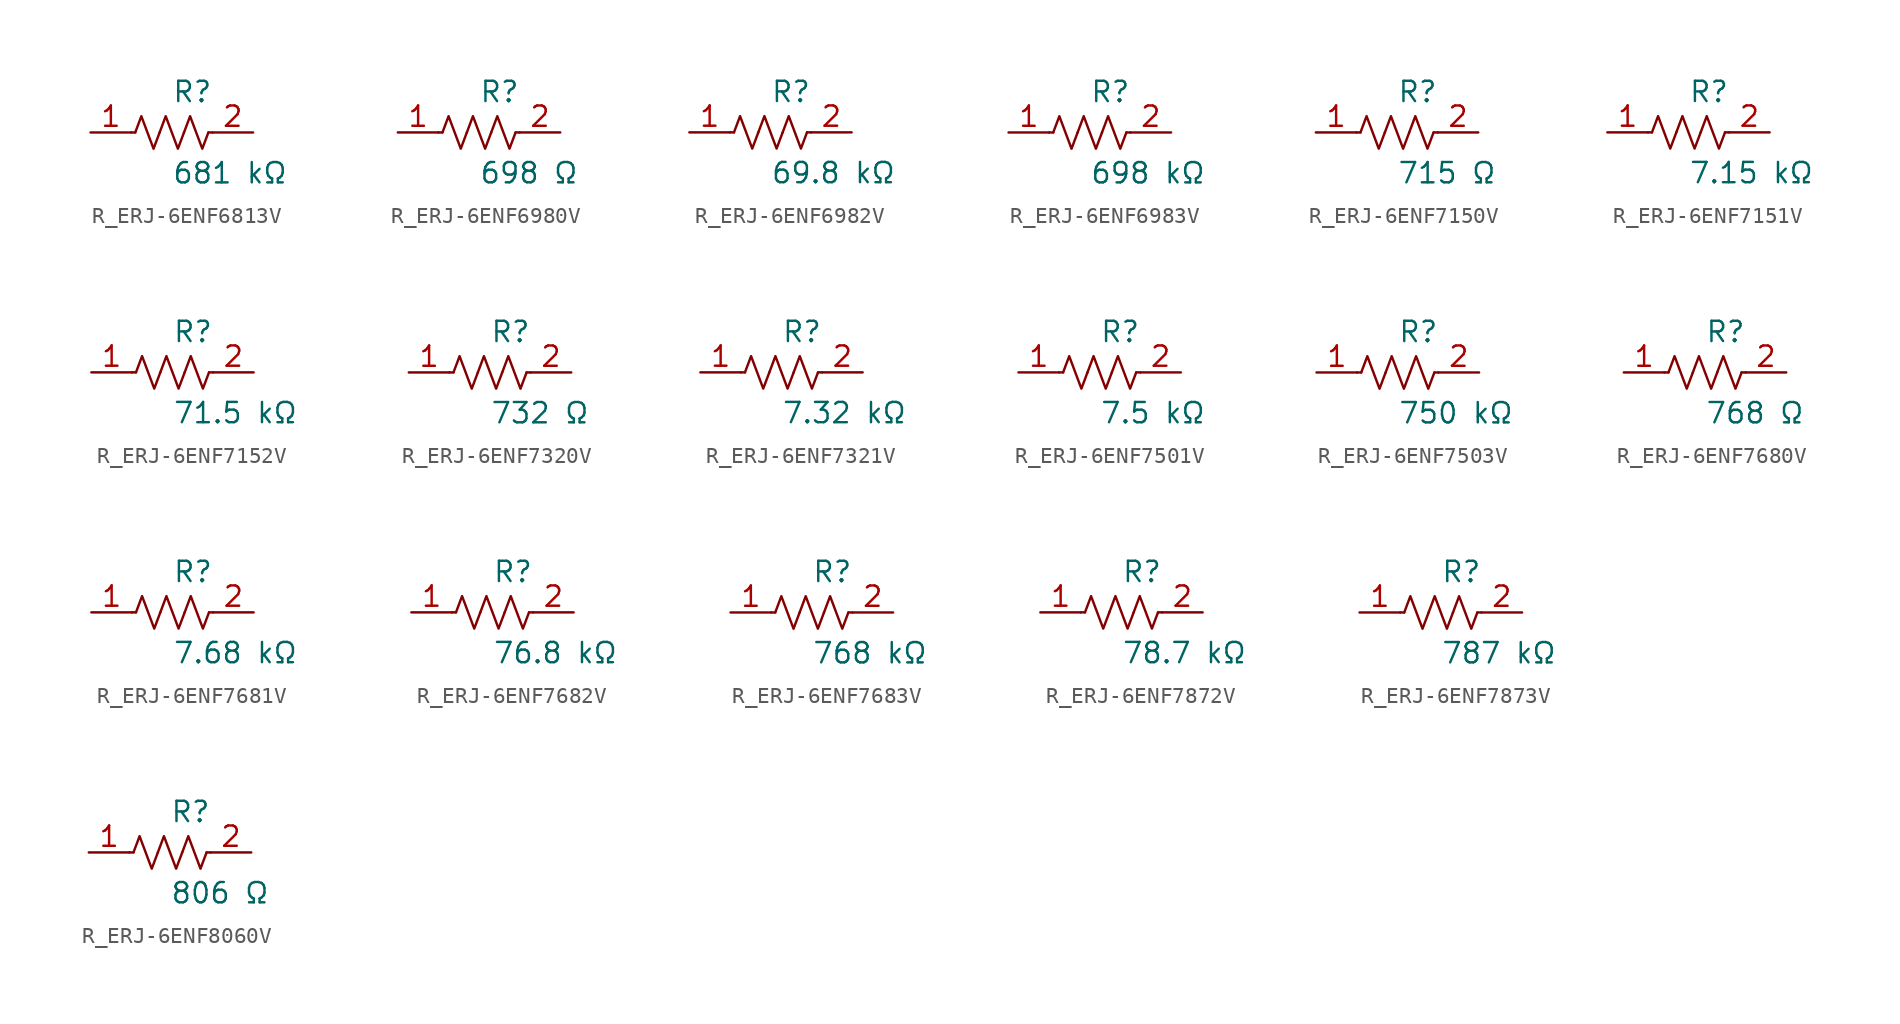
<source format=kicad_sym>
(kicad_symbol_lib
  (version 20231120)
  (generator kicad_symbol_editor)
  (generator_version 8.0)
  (symbol "R_ERJ-6ENF6813V"
    (pin_names
      (offset 0.254))
    (property "Reference" "R"
      (at 0.0 2.54 0)
      (effects (font (size 1.27 1.27)) (justify left)))
    (property "Value" "681 kΩ"
      (at 0.0 -2.54 0)
      (effects (font (size 1.27 1.27)) (justify left)))
    (symbol "R_ERJ-6ENF6813V_0_1"
      (polyline (pts (xy 2.286 0) (xy 2.54 0)) (stroke (width 0) (type default)) (fill (type none)))
      (polyline (pts (xy -2.286 0) (xy -2.54 0)) (stroke (width 0) (type default)) (fill (type none)))
      (polyline (pts (xy 0.762 0) (xy 1.143 1.016) (xy 1.524 0) (xy 1.905 -1.016) (xy 2.286 0)) (stroke (width 0) (type default)) (fill (type none)))
      (polyline (pts (xy -0.762 0) (xy -0.381 1.016) (xy 0 0) (xy 0.381 -1.016) (xy 0.762 0)) (stroke (width 0) (type default)) (fill (type none)))
      (polyline (pts (xy -2.286 0) (xy -1.905 1.016) (xy -1.524 0) (xy -1.143 -1.016) (xy -0.762 0)) (stroke (width 0) (type default)) (fill (type none))))
    (pin unspecified line
      (at -5.08 0 0)
      (length 2.54)
      (name "" (effects (font (size 1.27 1.27))))
      (number "1" (effects (font (size 1.27 1.27)))))
    (pin unspecified line
      (at 5.08 0 180)
      (length 2.54)
      (name "" (effects (font (size 1.27 1.27))))
      (number "2" (effects (font (size 1.27 1.27))))))
  (symbol "R_ERJ-6ENF6980V"
    (pin_names
      (offset 0.254))
    (property "Reference" "R"
      (at 0.0 2.54 0)
      (effects (font (size 1.27 1.27)) (justify left)))
    (property "Value" "698 Ω"
      (at 0.0 -2.54 0)
      (effects (font (size 1.27 1.27)) (justify left)))
    (symbol "R_ERJ-6ENF6980V_0_1"
      (polyline (pts (xy 2.286 0) (xy 2.54 0)) (stroke (width 0) (type default)) (fill (type none)))
      (polyline (pts (xy -2.286 0) (xy -2.54 0)) (stroke (width 0) (type default)) (fill (type none)))
      (polyline (pts (xy 0.762 0) (xy 1.143 1.016) (xy 1.524 0) (xy 1.905 -1.016) (xy 2.286 0)) (stroke (width 0) (type default)) (fill (type none)))
      (polyline (pts (xy -0.762 0) (xy -0.381 1.016) (xy 0 0) (xy 0.381 -1.016) (xy 0.762 0)) (stroke (width 0) (type default)) (fill (type none)))
      (polyline (pts (xy -2.286 0) (xy -1.905 1.016) (xy -1.524 0) (xy -1.143 -1.016) (xy -0.762 0)) (stroke (width 0) (type default)) (fill (type none))))
    (pin unspecified line
      (at -5.08 0 0)
      (length 2.54)
      (name "" (effects (font (size 1.27 1.27))))
      (number "1" (effects (font (size 1.27 1.27)))))
    (pin unspecified line
      (at 5.08 0 180)
      (length 2.54)
      (name "" (effects (font (size 1.27 1.27))))
      (number "2" (effects (font (size 1.27 1.27))))))
  (symbol "R_ERJ-6ENF6982V"
    (pin_names
      (offset 0.254))
    (property "Reference" "R"
      (at 0.0 2.54 0)
      (effects (font (size 1.27 1.27)) (justify left)))
    (property "Value" "69.8 kΩ"
      (at 0.0 -2.54 0)
      (effects (font (size 1.27 1.27)) (justify left)))
    (symbol "R_ERJ-6ENF6982V_0_1"
      (polyline (pts (xy 2.286 0) (xy 2.54 0)) (stroke (width 0) (type default)) (fill (type none)))
      (polyline (pts (xy -2.286 0) (xy -2.54 0)) (stroke (width 0) (type default)) (fill (type none)))
      (polyline (pts (xy 0.762 0) (xy 1.143 1.016) (xy 1.524 0) (xy 1.905 -1.016) (xy 2.286 0)) (stroke (width 0) (type default)) (fill (type none)))
      (polyline (pts (xy -0.762 0) (xy -0.381 1.016) (xy 0 0) (xy 0.381 -1.016) (xy 0.762 0)) (stroke (width 0) (type default)) (fill (type none)))
      (polyline (pts (xy -2.286 0) (xy -1.905 1.016) (xy -1.524 0) (xy -1.143 -1.016) (xy -0.762 0)) (stroke (width 0) (type default)) (fill (type none))))
    (pin unspecified line
      (at -5.08 0 0)
      (length 2.54)
      (name "" (effects (font (size 1.27 1.27))))
      (number "1" (effects (font (size 1.27 1.27)))))
    (pin unspecified line
      (at 5.08 0 180)
      (length 2.54)
      (name "" (effects (font (size 1.27 1.27))))
      (number "2" (effects (font (size 1.27 1.27))))))
  (symbol "R_ERJ-6ENF6983V"
    (pin_names
      (offset 0.254))
    (property "Reference" "R"
      (at 0.0 2.54 0)
      (effects (font (size 1.27 1.27)) (justify left)))
    (property "Value" "698 kΩ"
      (at 0.0 -2.54 0)
      (effects (font (size 1.27 1.27)) (justify left)))
    (symbol "R_ERJ-6ENF6983V_0_1"
      (polyline (pts (xy 2.286 0) (xy 2.54 0)) (stroke (width 0) (type default)) (fill (type none)))
      (polyline (pts (xy -2.286 0) (xy -2.54 0)) (stroke (width 0) (type default)) (fill (type none)))
      (polyline (pts (xy 0.762 0) (xy 1.143 1.016) (xy 1.524 0) (xy 1.905 -1.016) (xy 2.286 0)) (stroke (width 0) (type default)) (fill (type none)))
      (polyline (pts (xy -0.762 0) (xy -0.381 1.016) (xy 0 0) (xy 0.381 -1.016) (xy 0.762 0)) (stroke (width 0) (type default)) (fill (type none)))
      (polyline (pts (xy -2.286 0) (xy -1.905 1.016) (xy -1.524 0) (xy -1.143 -1.016) (xy -0.762 0)) (stroke (width 0) (type default)) (fill (type none))))
    (pin unspecified line
      (at -5.08 0 0)
      (length 2.54)
      (name "" (effects (font (size 1.27 1.27))))
      (number "1" (effects (font (size 1.27 1.27)))))
    (pin unspecified line
      (at 5.08 0 180)
      (length 2.54)
      (name "" (effects (font (size 1.27 1.27))))
      (number "2" (effects (font (size 1.27 1.27))))))
  (symbol "R_ERJ-6ENF7150V"
    (pin_names
      (offset 0.254))
    (property "Reference" "R"
      (at 0.0 2.54 0)
      (effects (font (size 1.27 1.27)) (justify left)))
    (property "Value" "715 Ω"
      (at 0.0 -2.54 0)
      (effects (font (size 1.27 1.27)) (justify left)))
    (symbol "R_ERJ-6ENF7150V_0_1"
      (polyline (pts (xy 2.286 0) (xy 2.54 0)) (stroke (width 0) (type default)) (fill (type none)))
      (polyline (pts (xy -2.286 0) (xy -2.54 0)) (stroke (width 0) (type default)) (fill (type none)))
      (polyline (pts (xy 0.762 0) (xy 1.143 1.016) (xy 1.524 0) (xy 1.905 -1.016) (xy 2.286 0)) (stroke (width 0) (type default)) (fill (type none)))
      (polyline (pts (xy -0.762 0) (xy -0.381 1.016) (xy 0 0) (xy 0.381 -1.016) (xy 0.762 0)) (stroke (width 0) (type default)) (fill (type none)))
      (polyline (pts (xy -2.286 0) (xy -1.905 1.016) (xy -1.524 0) (xy -1.143 -1.016) (xy -0.762 0)) (stroke (width 0) (type default)) (fill (type none))))
    (pin unspecified line
      (at -5.08 0 0)
      (length 2.54)
      (name "" (effects (font (size 1.27 1.27))))
      (number "1" (effects (font (size 1.27 1.27)))))
    (pin unspecified line
      (at 5.08 0 180)
      (length 2.54)
      (name "" (effects (font (size 1.27 1.27))))
      (number "2" (effects (font (size 1.27 1.27))))))
  (symbol "R_ERJ-6ENF7151V"
    (pin_names
      (offset 0.254))
    (property "Reference" "R"
      (at 0.0 2.54 0)
      (effects (font (size 1.27 1.27)) (justify left)))
    (property "Value" "7.15 kΩ"
      (at 0.0 -2.54 0)
      (effects (font (size 1.27 1.27)) (justify left)))
    (symbol "R_ERJ-6ENF7151V_0_1"
      (polyline (pts (xy 2.286 0) (xy 2.54 0)) (stroke (width 0) (type default)) (fill (type none)))
      (polyline (pts (xy -2.286 0) (xy -2.54 0)) (stroke (width 0) (type default)) (fill (type none)))
      (polyline (pts (xy 0.762 0) (xy 1.143 1.016) (xy 1.524 0) (xy 1.905 -1.016) (xy 2.286 0)) (stroke (width 0) (type default)) (fill (type none)))
      (polyline (pts (xy -0.762 0) (xy -0.381 1.016) (xy 0 0) (xy 0.381 -1.016) (xy 0.762 0)) (stroke (width 0) (type default)) (fill (type none)))
      (polyline (pts (xy -2.286 0) (xy -1.905 1.016) (xy -1.524 0) (xy -1.143 -1.016) (xy -0.762 0)) (stroke (width 0) (type default)) (fill (type none))))
    (pin unspecified line
      (at -5.08 0 0)
      (length 2.54)
      (name "" (effects (font (size 1.27 1.27))))
      (number "1" (effects (font (size 1.27 1.27)))))
    (pin unspecified line
      (at 5.08 0 180)
      (length 2.54)
      (name "" (effects (font (size 1.27 1.27))))
      (number "2" (effects (font (size 1.27 1.27))))))
  (symbol "R_ERJ-6ENF7152V"
    (pin_names
      (offset 0.254))
    (property "Reference" "R"
      (at 0.0 2.54 0)
      (effects (font (size 1.27 1.27)) (justify left)))
    (property "Value" "71.5 kΩ"
      (at 0.0 -2.54 0)
      (effects (font (size 1.27 1.27)) (justify left)))
    (symbol "R_ERJ-6ENF7152V_0_1"
      (polyline (pts (xy 2.286 0) (xy 2.54 0)) (stroke (width 0) (type default)) (fill (type none)))
      (polyline (pts (xy -2.286 0) (xy -2.54 0)) (stroke (width 0) (type default)) (fill (type none)))
      (polyline (pts (xy 0.762 0) (xy 1.143 1.016) (xy 1.524 0) (xy 1.905 -1.016) (xy 2.286 0)) (stroke (width 0) (type default)) (fill (type none)))
      (polyline (pts (xy -0.762 0) (xy -0.381 1.016) (xy 0 0) (xy 0.381 -1.016) (xy 0.762 0)) (stroke (width 0) (type default)) (fill (type none)))
      (polyline (pts (xy -2.286 0) (xy -1.905 1.016) (xy -1.524 0) (xy -1.143 -1.016) (xy -0.762 0)) (stroke (width 0) (type default)) (fill (type none))))
    (pin unspecified line
      (at -5.08 0 0)
      (length 2.54)
      (name "" (effects (font (size 1.27 1.27))))
      (number "1" (effects (font (size 1.27 1.27)))))
    (pin unspecified line
      (at 5.08 0 180)
      (length 2.54)
      (name "" (effects (font (size 1.27 1.27))))
      (number "2" (effects (font (size 1.27 1.27))))))
  (symbol "R_ERJ-6ENF7320V"
    (pin_names
      (offset 0.254))
    (property "Reference" "R"
      (at 0.0 2.54 0)
      (effects (font (size 1.27 1.27)) (justify left)))
    (property "Value" "732 Ω"
      (at 0.0 -2.54 0)
      (effects (font (size 1.27 1.27)) (justify left)))
    (symbol "R_ERJ-6ENF7320V_0_1"
      (polyline (pts (xy 2.286 0) (xy 2.54 0)) (stroke (width 0) (type default)) (fill (type none)))
      (polyline (pts (xy -2.286 0) (xy -2.54 0)) (stroke (width 0) (type default)) (fill (type none)))
      (polyline (pts (xy 0.762 0) (xy 1.143 1.016) (xy 1.524 0) (xy 1.905 -1.016) (xy 2.286 0)) (stroke (width 0) (type default)) (fill (type none)))
      (polyline (pts (xy -0.762 0) (xy -0.381 1.016) (xy 0 0) (xy 0.381 -1.016) (xy 0.762 0)) (stroke (width 0) (type default)) (fill (type none)))
      (polyline (pts (xy -2.286 0) (xy -1.905 1.016) (xy -1.524 0) (xy -1.143 -1.016) (xy -0.762 0)) (stroke (width 0) (type default)) (fill (type none))))
    (pin unspecified line
      (at -5.08 0 0)
      (length 2.54)
      (name "" (effects (font (size 1.27 1.27))))
      (number "1" (effects (font (size 1.27 1.27)))))
    (pin unspecified line
      (at 5.08 0 180)
      (length 2.54)
      (name "" (effects (font (size 1.27 1.27))))
      (number "2" (effects (font (size 1.27 1.27))))))
  (symbol "R_ERJ-6ENF7321V"
    (pin_names
      (offset 0.254))
    (property "Reference" "R"
      (at 0.0 2.54 0)
      (effects (font (size 1.27 1.27)) (justify left)))
    (property "Value" "7.32 kΩ"
      (at 0.0 -2.54 0)
      (effects (font (size 1.27 1.27)) (justify left)))
    (symbol "R_ERJ-6ENF7321V_0_1"
      (polyline (pts (xy 2.286 0) (xy 2.54 0)) (stroke (width 0) (type default)) (fill (type none)))
      (polyline (pts (xy -2.286 0) (xy -2.54 0)) (stroke (width 0) (type default)) (fill (type none)))
      (polyline (pts (xy 0.762 0) (xy 1.143 1.016) (xy 1.524 0) (xy 1.905 -1.016) (xy 2.286 0)) (stroke (width 0) (type default)) (fill (type none)))
      (polyline (pts (xy -0.762 0) (xy -0.381 1.016) (xy 0 0) (xy 0.381 -1.016) (xy 0.762 0)) (stroke (width 0) (type default)) (fill (type none)))
      (polyline (pts (xy -2.286 0) (xy -1.905 1.016) (xy -1.524 0) (xy -1.143 -1.016) (xy -0.762 0)) (stroke (width 0) (type default)) (fill (type none))))
    (pin unspecified line
      (at -5.08 0 0)
      (length 2.54)
      (name "" (effects (font (size 1.27 1.27))))
      (number "1" (effects (font (size 1.27 1.27)))))
    (pin unspecified line
      (at 5.08 0 180)
      (length 2.54)
      (name "" (effects (font (size 1.27 1.27))))
      (number "2" (effects (font (size 1.27 1.27))))))
  (symbol "R_ERJ-6ENF7501V"
    (pin_names
      (offset 0.254))
    (property "Reference" "R"
      (at 0.0 2.54 0)
      (effects (font (size 1.27 1.27)) (justify left)))
    (property "Value" "7.5 kΩ"
      (at 0.0 -2.54 0)
      (effects (font (size 1.27 1.27)) (justify left)))
    (symbol "R_ERJ-6ENF7501V_0_1"
      (polyline (pts (xy 2.286 0) (xy 2.54 0)) (stroke (width 0) (type default)) (fill (type none)))
      (polyline (pts (xy -2.286 0) (xy -2.54 0)) (stroke (width 0) (type default)) (fill (type none)))
      (polyline (pts (xy 0.762 0) (xy 1.143 1.016) (xy 1.524 0) (xy 1.905 -1.016) (xy 2.286 0)) (stroke (width 0) (type default)) (fill (type none)))
      (polyline (pts (xy -0.762 0) (xy -0.381 1.016) (xy 0 0) (xy 0.381 -1.016) (xy 0.762 0)) (stroke (width 0) (type default)) (fill (type none)))
      (polyline (pts (xy -2.286 0) (xy -1.905 1.016) (xy -1.524 0) (xy -1.143 -1.016) (xy -0.762 0)) (stroke (width 0) (type default)) (fill (type none))))
    (pin unspecified line
      (at -5.08 0 0)
      (length 2.54)
      (name "" (effects (font (size 1.27 1.27))))
      (number "1" (effects (font (size 1.27 1.27)))))
    (pin unspecified line
      (at 5.08 0 180)
      (length 2.54)
      (name "" (effects (font (size 1.27 1.27))))
      (number "2" (effects (font (size 1.27 1.27))))))
  (symbol "R_ERJ-6ENF7503V"
    (pin_names
      (offset 0.254))
    (property "Reference" "R"
      (at 0.0 2.54 0)
      (effects (font (size 1.27 1.27)) (justify left)))
    (property "Value" "750 kΩ"
      (at 0.0 -2.54 0)
      (effects (font (size 1.27 1.27)) (justify left)))
    (symbol "R_ERJ-6ENF7503V_0_1"
      (polyline (pts (xy 2.286 0) (xy 2.54 0)) (stroke (width 0) (type default)) (fill (type none)))
      (polyline (pts (xy -2.286 0) (xy -2.54 0)) (stroke (width 0) (type default)) (fill (type none)))
      (polyline (pts (xy 0.762 0) (xy 1.143 1.016) (xy 1.524 0) (xy 1.905 -1.016) (xy 2.286 0)) (stroke (width 0) (type default)) (fill (type none)))
      (polyline (pts (xy -0.762 0) (xy -0.381 1.016) (xy 0 0) (xy 0.381 -1.016) (xy 0.762 0)) (stroke (width 0) (type default)) (fill (type none)))
      (polyline (pts (xy -2.286 0) (xy -1.905 1.016) (xy -1.524 0) (xy -1.143 -1.016) (xy -0.762 0)) (stroke (width 0) (type default)) (fill (type none))))
    (pin unspecified line
      (at -5.08 0 0)
      (length 2.54)
      (name "" (effects (font (size 1.27 1.27))))
      (number "1" (effects (font (size 1.27 1.27)))))
    (pin unspecified line
      (at 5.08 0 180)
      (length 2.54)
      (name "" (effects (font (size 1.27 1.27))))
      (number "2" (effects (font (size 1.27 1.27))))))
  (symbol "R_ERJ-6ENF7680V"
    (pin_names
      (offset 0.254))
    (property "Reference" "R"
      (at 0.0 2.54 0)
      (effects (font (size 1.27 1.27)) (justify left)))
    (property "Value" "768 Ω"
      (at 0.0 -2.54 0)
      (effects (font (size 1.27 1.27)) (justify left)))
    (symbol "R_ERJ-6ENF7680V_0_1"
      (polyline (pts (xy 2.286 0) (xy 2.54 0)) (stroke (width 0) (type default)) (fill (type none)))
      (polyline (pts (xy -2.286 0) (xy -2.54 0)) (stroke (width 0) (type default)) (fill (type none)))
      (polyline (pts (xy 0.762 0) (xy 1.143 1.016) (xy 1.524 0) (xy 1.905 -1.016) (xy 2.286 0)) (stroke (width 0) (type default)) (fill (type none)))
      (polyline (pts (xy -0.762 0) (xy -0.381 1.016) (xy 0 0) (xy 0.381 -1.016) (xy 0.762 0)) (stroke (width 0) (type default)) (fill (type none)))
      (polyline (pts (xy -2.286 0) (xy -1.905 1.016) (xy -1.524 0) (xy -1.143 -1.016) (xy -0.762 0)) (stroke (width 0) (type default)) (fill (type none))))
    (pin unspecified line
      (at -5.08 0 0)
      (length 2.54)
      (name "" (effects (font (size 1.27 1.27))))
      (number "1" (effects (font (size 1.27 1.27)))))
    (pin unspecified line
      (at 5.08 0 180)
      (length 2.54)
      (name "" (effects (font (size 1.27 1.27))))
      (number "2" (effects (font (size 1.27 1.27))))))
  (symbol "R_ERJ-6ENF7681V"
    (pin_names
      (offset 0.254))
    (property "Reference" "R"
      (at 0.0 2.54 0)
      (effects (font (size 1.27 1.27)) (justify left)))
    (property "Value" "7.68 kΩ"
      (at 0.0 -2.54 0)
      (effects (font (size 1.27 1.27)) (justify left)))
    (symbol "R_ERJ-6ENF7681V_0_1"
      (polyline (pts (xy 2.286 0) (xy 2.54 0)) (stroke (width 0) (type default)) (fill (type none)))
      (polyline (pts (xy -2.286 0) (xy -2.54 0)) (stroke (width 0) (type default)) (fill (type none)))
      (polyline (pts (xy 0.762 0) (xy 1.143 1.016) (xy 1.524 0) (xy 1.905 -1.016) (xy 2.286 0)) (stroke (width 0) (type default)) (fill (type none)))
      (polyline (pts (xy -0.762 0) (xy -0.381 1.016) (xy 0 0) (xy 0.381 -1.016) (xy 0.762 0)) (stroke (width 0) (type default)) (fill (type none)))
      (polyline (pts (xy -2.286 0) (xy -1.905 1.016) (xy -1.524 0) (xy -1.143 -1.016) (xy -0.762 0)) (stroke (width 0) (type default)) (fill (type none))))
    (pin unspecified line
      (at -5.08 0 0)
      (length 2.54)
      (name "" (effects (font (size 1.27 1.27))))
      (number "1" (effects (font (size 1.27 1.27)))))
    (pin unspecified line
      (at 5.08 0 180)
      (length 2.54)
      (name "" (effects (font (size 1.27 1.27))))
      (number "2" (effects (font (size 1.27 1.27))))))
  (symbol "R_ERJ-6ENF7682V"
    (pin_names
      (offset 0.254))
    (property "Reference" "R"
      (at 0.0 2.54 0)
      (effects (font (size 1.27 1.27)) (justify left)))
    (property "Value" "76.8 kΩ"
      (at 0.0 -2.54 0)
      (effects (font (size 1.27 1.27)) (justify left)))
    (symbol "R_ERJ-6ENF7682V_0_1"
      (polyline (pts (xy 2.286 0) (xy 2.54 0)) (stroke (width 0) (type default)) (fill (type none)))
      (polyline (pts (xy -2.286 0) (xy -2.54 0)) (stroke (width 0) (type default)) (fill (type none)))
      (polyline (pts (xy 0.762 0) (xy 1.143 1.016) (xy 1.524 0) (xy 1.905 -1.016) (xy 2.286 0)) (stroke (width 0) (type default)) (fill (type none)))
      (polyline (pts (xy -0.762 0) (xy -0.381 1.016) (xy 0 0) (xy 0.381 -1.016) (xy 0.762 0)) (stroke (width 0) (type default)) (fill (type none)))
      (polyline (pts (xy -2.286 0) (xy -1.905 1.016) (xy -1.524 0) (xy -1.143 -1.016) (xy -0.762 0)) (stroke (width 0) (type default)) (fill (type none))))
    (pin unspecified line
      (at -5.08 0 0)
      (length 2.54)
      (name "" (effects (font (size 1.27 1.27))))
      (number "1" (effects (font (size 1.27 1.27)))))
    (pin unspecified line
      (at 5.08 0 180)
      (length 2.54)
      (name "" (effects (font (size 1.27 1.27))))
      (number "2" (effects (font (size 1.27 1.27))))))
  (symbol "R_ERJ-6ENF7683V"
    (pin_names
      (offset 0.254))
    (property "Reference" "R"
      (at 0.0 2.54 0)
      (effects (font (size 1.27 1.27)) (justify left)))
    (property "Value" "768 kΩ"
      (at 0.0 -2.54 0)
      (effects (font (size 1.27 1.27)) (justify left)))
    (symbol "R_ERJ-6ENF7683V_0_1"
      (polyline (pts (xy 2.286 0) (xy 2.54 0)) (stroke (width 0) (type default)) (fill (type none)))
      (polyline (pts (xy -2.286 0) (xy -2.54 0)) (stroke (width 0) (type default)) (fill (type none)))
      (polyline (pts (xy 0.762 0) (xy 1.143 1.016) (xy 1.524 0) (xy 1.905 -1.016) (xy 2.286 0)) (stroke (width 0) (type default)) (fill (type none)))
      (polyline (pts (xy -0.762 0) (xy -0.381 1.016) (xy 0 0) (xy 0.381 -1.016) (xy 0.762 0)) (stroke (width 0) (type default)) (fill (type none)))
      (polyline (pts (xy -2.286 0) (xy -1.905 1.016) (xy -1.524 0) (xy -1.143 -1.016) (xy -0.762 0)) (stroke (width 0) (type default)) (fill (type none))))
    (pin unspecified line
      (at -5.08 0 0)
      (length 2.54)
      (name "" (effects (font (size 1.27 1.27))))
      (number "1" (effects (font (size 1.27 1.27)))))
    (pin unspecified line
      (at 5.08 0 180)
      (length 2.54)
      (name "" (effects (font (size 1.27 1.27))))
      (number "2" (effects (font (size 1.27 1.27))))))
  (symbol "R_ERJ-6ENF7872V"
    (pin_names
      (offset 0.254))
    (property "Reference" "R"
      (at 0.0 2.54 0)
      (effects (font (size 1.27 1.27)) (justify left)))
    (property "Value" "78.7 kΩ"
      (at 0.0 -2.54 0)
      (effects (font (size 1.27 1.27)) (justify left)))
    (symbol "R_ERJ-6ENF7872V_0_1"
      (polyline (pts (xy 2.286 0) (xy 2.54 0)) (stroke (width 0) (type default)) (fill (type none)))
      (polyline (pts (xy -2.286 0) (xy -2.54 0)) (stroke (width 0) (type default)) (fill (type none)))
      (polyline (pts (xy 0.762 0) (xy 1.143 1.016) (xy 1.524 0) (xy 1.905 -1.016) (xy 2.286 0)) (stroke (width 0) (type default)) (fill (type none)))
      (polyline (pts (xy -0.762 0) (xy -0.381 1.016) (xy 0 0) (xy 0.381 -1.016) (xy 0.762 0)) (stroke (width 0) (type default)) (fill (type none)))
      (polyline (pts (xy -2.286 0) (xy -1.905 1.016) (xy -1.524 0) (xy -1.143 -1.016) (xy -0.762 0)) (stroke (width 0) (type default)) (fill (type none))))
    (pin unspecified line
      (at -5.08 0 0)
      (length 2.54)
      (name "" (effects (font (size 1.27 1.27))))
      (number "1" (effects (font (size 1.27 1.27)))))
    (pin unspecified line
      (at 5.08 0 180)
      (length 2.54)
      (name "" (effects (font (size 1.27 1.27))))
      (number "2" (effects (font (size 1.27 1.27))))))
  (symbol "R_ERJ-6ENF7873V"
    (pin_names
      (offset 0.254))
    (property "Reference" "R"
      (at 0.0 2.54 0)
      (effects (font (size 1.27 1.27)) (justify left)))
    (property "Value" "787 kΩ"
      (at 0.0 -2.54 0)
      (effects (font (size 1.27 1.27)) (justify left)))
    (symbol "R_ERJ-6ENF7873V_0_1"
      (polyline (pts (xy 2.286 0) (xy 2.54 0)) (stroke (width 0) (type default)) (fill (type none)))
      (polyline (pts (xy -2.286 0) (xy -2.54 0)) (stroke (width 0) (type default)) (fill (type none)))
      (polyline (pts (xy 0.762 0) (xy 1.143 1.016) (xy 1.524 0) (xy 1.905 -1.016) (xy 2.286 0)) (stroke (width 0) (type default)) (fill (type none)))
      (polyline (pts (xy -0.762 0) (xy -0.381 1.016) (xy 0 0) (xy 0.381 -1.016) (xy 0.762 0)) (stroke (width 0) (type default)) (fill (type none)))
      (polyline (pts (xy -2.286 0) (xy -1.905 1.016) (xy -1.524 0) (xy -1.143 -1.016) (xy -0.762 0)) (stroke (width 0) (type default)) (fill (type none))))
    (pin unspecified line
      (at -5.08 0 0)
      (length 2.54)
      (name "" (effects (font (size 1.27 1.27))))
      (number "1" (effects (font (size 1.27 1.27)))))
    (pin unspecified line
      (at 5.08 0 180)
      (length 2.54)
      (name "" (effects (font (size 1.27 1.27))))
      (number "2" (effects (font (size 1.27 1.27))))))
  (symbol "R_ERJ-6ENF8060V"
    (pin_names
      (offset 0.254))
    (property "Reference" "R"
      (at 0.0 2.54 0)
      (effects (font (size 1.27 1.27)) (justify left)))
    (property "Value" "806 Ω"
      (at 0.0 -2.54 0)
      (effects (font (size 1.27 1.27)) (justify left)))
    (symbol "R_ERJ-6ENF8060V_0_1"
      (polyline (pts (xy 2.286 0) (xy 2.54 0)) (stroke (width 0) (type default)) (fill (type none)))
      (polyline (pts (xy -2.286 0) (xy -2.54 0)) (stroke (width 0) (type default)) (fill (type none)))
      (polyline (pts (xy 0.762 0) (xy 1.143 1.016) (xy 1.524 0) (xy 1.905 -1.016) (xy 2.286 0)) (stroke (width 0) (type default)) (fill (type none)))
      (polyline (pts (xy -0.762 0) (xy -0.381 1.016) (xy 0 0) (xy 0.381 -1.016) (xy 0.762 0)) (stroke (width 0) (type default)) (fill (type none)))
      (polyline (pts (xy -2.286 0) (xy -1.905 1.016) (xy -1.524 0) (xy -1.143 -1.016) (xy -0.762 0)) (stroke (width 0) (type default)) (fill (type none))))
    (pin unspecified line
      (at -5.08 0 0)
      (length 2.54)
      (name "" (effects (font (size 1.27 1.27))))
      (number "1" (effects (font (size 1.27 1.27)))))
    (pin unspecified line
      (at 5.08 0 180)
      (length 2.54)
      (name "" (effects (font (size 1.27 1.27))))
      (number "2" (effects (font (size 1.27 1.27)))))))
</source>
